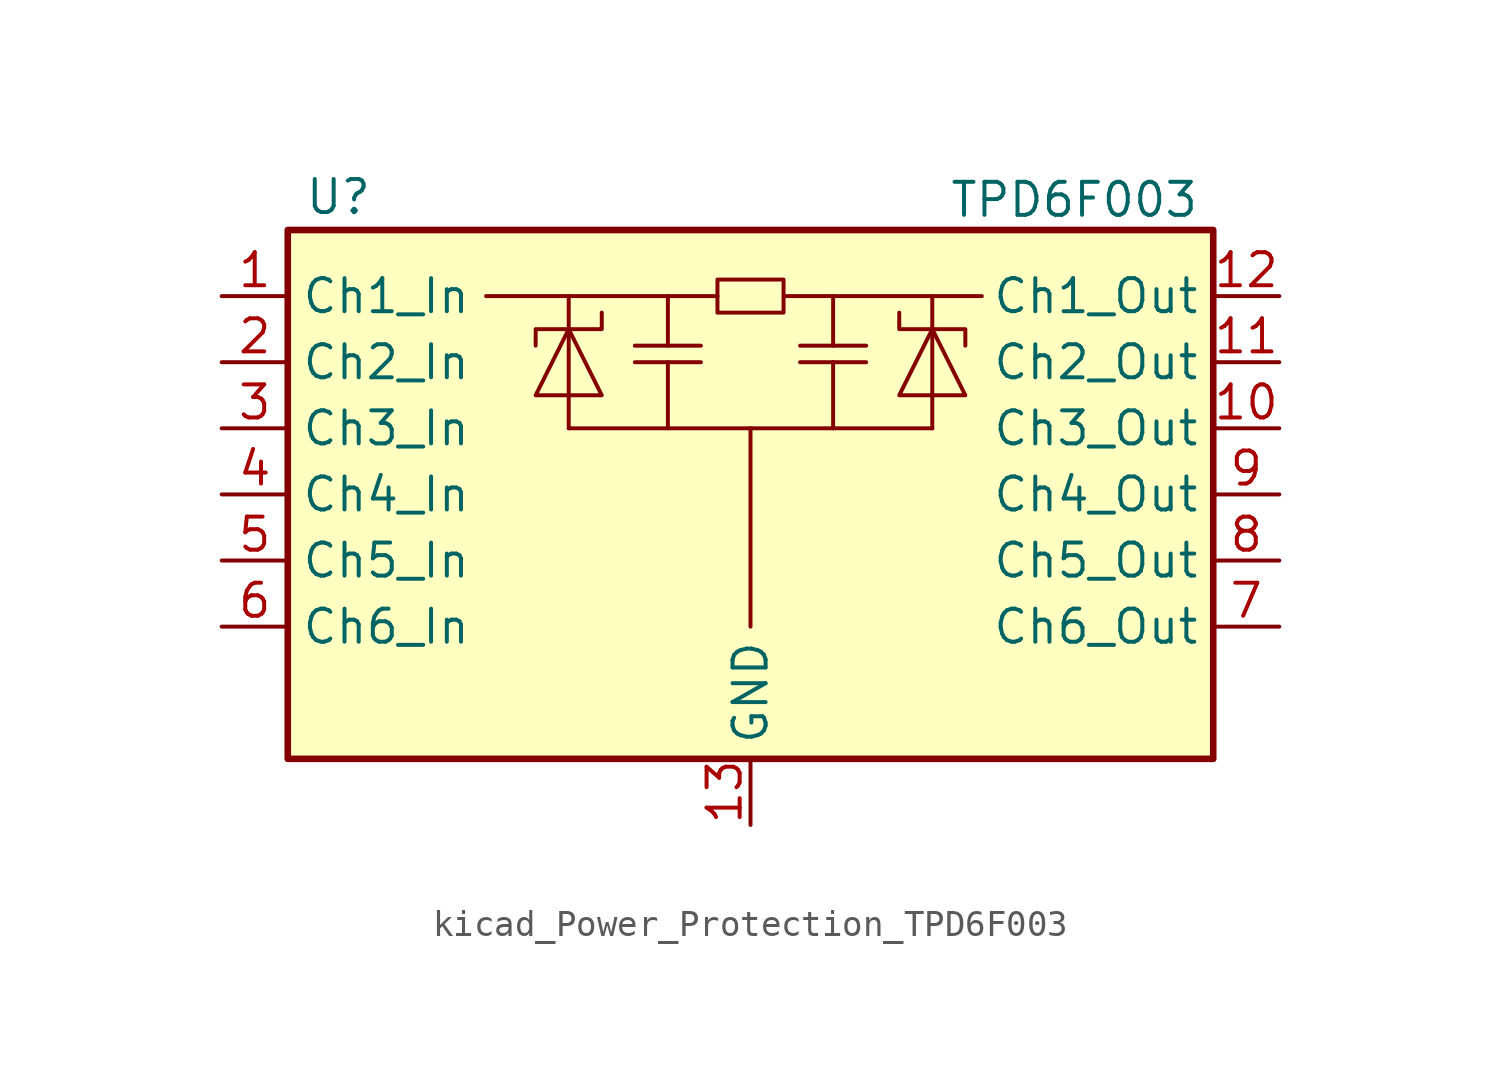
<source format=kicad_sym>
(kicad_symbol_lib
  (version 20220914)
  (generator kicad_symbol_editor)
  (symbol "kicad_Power_Protection_TPD6F003"
    (property "Reference" "U"
      (at -17.145 11.43 0)
      (effects (font (size 1.27 1.27)) (justify left)))
    (property "Value" "TPD6F003"
      (at 7.62 12.065 0)
      (effects (font (size 1.27 1.27)) (justify left top)))
    (symbol "kicad_Power_Protection_TPD6F003_0_1"
      (rectangle (start -17.78 10.16) (end 17.78 -10.16) (stroke (width 0.254) (type default)) (fill (type background)))
      (polyline (pts (xy -6.985 2.54) (xy 6.985 2.54)) (stroke (width 0) (type default)) (fill (type none)))
      (polyline (pts (xy -6.985 6.35) (xy -6.985 7.62)) (stroke (width 0) (type default)) (fill (type none)))
      (polyline (pts (xy -4.445 5.715) (xy -1.905 5.715)) (stroke (width 0) (type default)) (fill (type none)))
      (polyline (pts (xy -3.175 5.08) (xy -3.175 2.54)) (stroke (width 0) (type default)) (fill (type none)))
      (polyline (pts (xy -3.175 7.62) (xy -3.175 5.715)) (stroke (width 0) (type default)) (fill (type none)))
      (polyline (pts (xy -1.905 5.08) (xy -4.445 5.08)) (stroke (width 0) (type default)) (fill (type none)))
      (polyline (pts (xy -1.27 7.62) (xy -10.16 7.62)) (stroke (width 0) (type default)) (fill (type none)))
      (polyline (pts (xy 0 2.54) (xy 0 -5.08)) (stroke (width 0) (type default)) (fill (type none)))
      (polyline (pts (xy 1.27 7.62) (xy 8.89 7.62)) (stroke (width 0) (type default)) (fill (type none)))
      (polyline (pts (xy 1.905 5.715) (xy 4.445 5.715)) (stroke (width 0) (type default)) (fill (type none)))
      (polyline (pts (xy 3.175 5.08) (xy 3.175 2.54)) (stroke (width 0) (type default)) (fill (type none)))
      (polyline (pts (xy 3.175 7.62) (xy 3.175 5.715)) (stroke (width 0) (type default)) (fill (type none)))
      (polyline (pts (xy 4.445 5.08) (xy 1.905 5.08)) (stroke (width 0) (type default)) (fill (type none)))
      (polyline (pts (xy 6.985 6.35) (xy 6.985 7.62)) (stroke (width 0) (type default)) (fill (type none)))
      (polyline (pts (xy -6.985 3.81) (xy -6.985 6.35) (xy -6.985 2.54)) (stroke (width 0) (type default)) (fill (type none)))
      (polyline (pts (xy 6.985 3.81) (xy 6.985 6.35) (xy 6.985 2.54)) (stroke (width 0) (type default)) (fill (type none)))
      (polyline (pts (xy -6.985 6.35) (xy -5.715 3.81) (xy -8.255 3.81) (xy -6.985 6.35)) (stroke (width 0) (type default)) (fill (type none)))
      (polyline (pts (xy -5.715 6.985) (xy -5.715 6.35) (xy -8.255 6.35) (xy -8.255 5.715)) (stroke (width 0) (type default)) (fill (type none)))
      (polyline (pts (xy 5.715 6.985) (xy 5.715 6.35) (xy 8.255 6.35) (xy 8.255 5.715)) (stroke (width 0) (type default)) (fill (type none)))
      (polyline (pts (xy 6.985 6.35) (xy 5.715 3.81) (xy 8.255 3.81) (xy 6.985 6.35)) (stroke (width 0) (type default)) (fill (type none)))
      (polyline (pts (xy -1.27 7.62) (xy -1.27 6.985) (xy 1.27 6.985) (xy 1.27 8.255) (xy -1.27 8.255) (xy -1.27 7.62)) (stroke (width 0) (type default)) (fill (type none))))
    (symbol "kicad_Power_Protection_TPD6F003_1_1"
      (pin passive line (at -20.32 7.62 0) (length 2.54) (name "Ch1_In" (effects (font (size 1.27 1.27)))) (number "1" (effects (font (size 1.27 1.27)))))
      (pin passive line (at 20.32 2.54 180) (length 2.54) (name "Ch3_Out" (effects (font (size 1.27 1.27)))) (number "10" (effects (font (size 1.27 1.27)))))
      (pin passive line (at 20.32 5.08 180) (length 2.54) (name "Ch2_Out" (effects (font (size 1.27 1.27)))) (number "11" (effects (font (size 1.27 1.27)))))
      (pin passive line (at 20.32 7.62 180) (length 2.54) (name "Ch1_Out" (effects (font (size 1.27 1.27)))) (number "12" (effects (font (size 1.27 1.27)))))
      (pin power_in line (at 0 -12.7 90) (length 2.54) (name "GND" (effects (font (size 1.27 1.27)))) (number "13" (effects (font (size 1.27 1.27)))))
      (pin passive line (at -20.32 5.08 0) (length 2.54) (name "Ch2_In" (effects (font (size 1.27 1.27)))) (number "2" (effects (font (size 1.27 1.27)))))
      (pin passive line (at -20.32 2.54 0) (length 2.54) (name "Ch3_In" (effects (font (size 1.27 1.27)))) (number "3" (effects (font (size 1.27 1.27)))))
      (pin passive line (at -20.32 0 0) (length 2.54) (name "Ch4_In" (effects (font (size 1.27 1.27)))) (number "4" (effects (font (size 1.27 1.27)))))
      (pin passive line (at -20.32 -2.54 0) (length 2.54) (name "Ch5_In" (effects (font (size 1.27 1.27)))) (number "5" (effects (font (size 1.27 1.27)))))
      (pin passive line (at -20.32 -5.08 0) (length 2.54) (name "Ch6_In" (effects (font (size 1.27 1.27)))) (number "6" (effects (font (size 1.27 1.27)))))
      (pin passive line (at 20.32 -5.08 180) (length 2.54) (name "Ch6_Out" (effects (font (size 1.27 1.27)))) (number "7" (effects (font (size 1.27 1.27)))))
      (pin passive line (at 20.32 -2.54 180) (length 2.54) (name "Ch5_Out" (effects (font (size 1.27 1.27)))) (number "8" (effects (font (size 1.27 1.27)))))
      (pin passive line (at 20.32 0 180) (length 2.54) (name "Ch4_Out" (effects (font (size 1.27 1.27)))) (number "9" (effects (font (size 1.27 1.27))))))))
</source>
